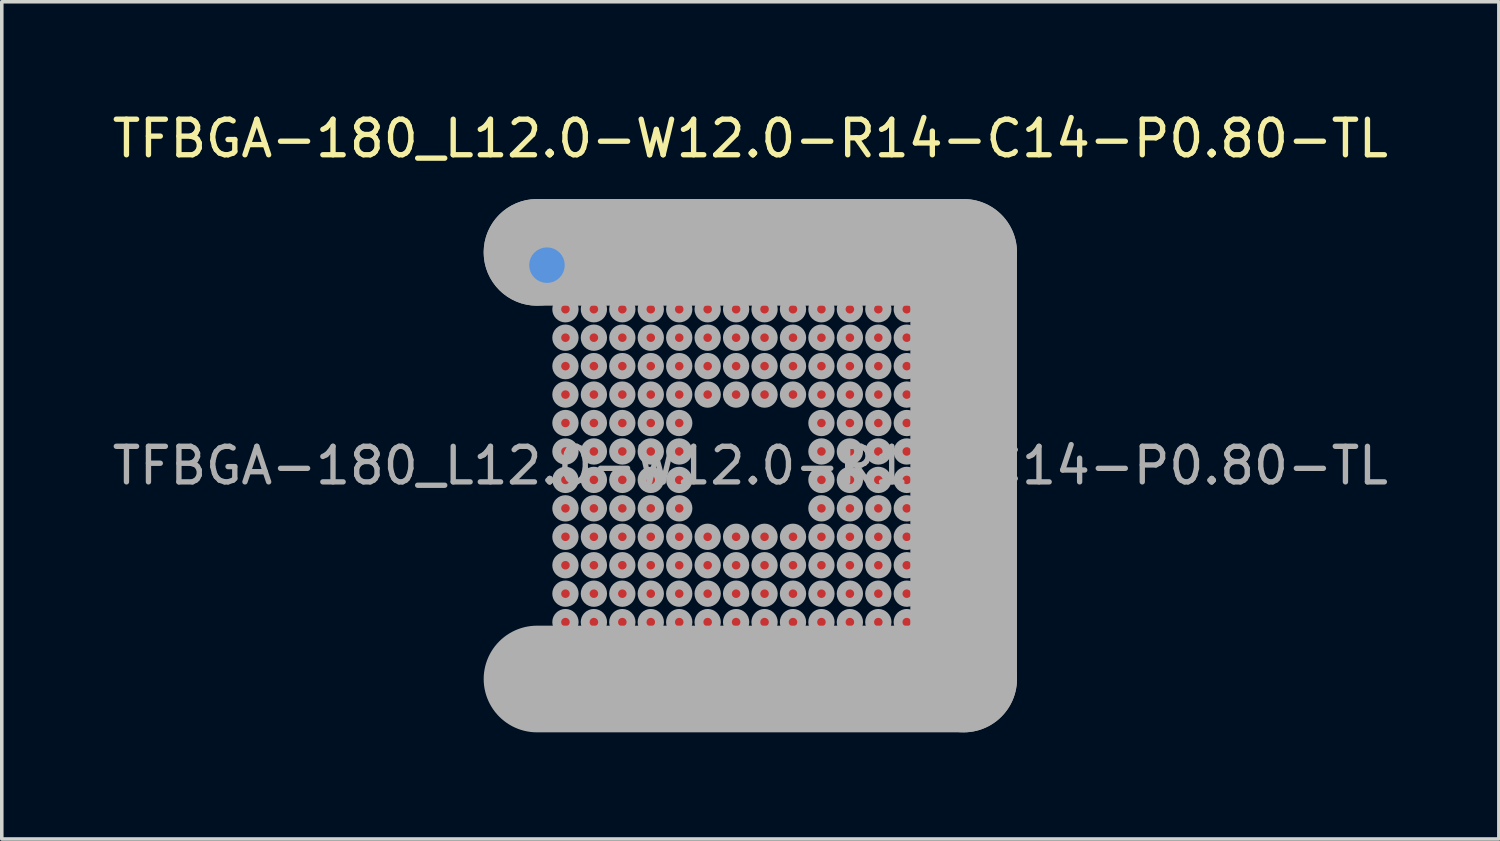
<source format=kicad_pcb>
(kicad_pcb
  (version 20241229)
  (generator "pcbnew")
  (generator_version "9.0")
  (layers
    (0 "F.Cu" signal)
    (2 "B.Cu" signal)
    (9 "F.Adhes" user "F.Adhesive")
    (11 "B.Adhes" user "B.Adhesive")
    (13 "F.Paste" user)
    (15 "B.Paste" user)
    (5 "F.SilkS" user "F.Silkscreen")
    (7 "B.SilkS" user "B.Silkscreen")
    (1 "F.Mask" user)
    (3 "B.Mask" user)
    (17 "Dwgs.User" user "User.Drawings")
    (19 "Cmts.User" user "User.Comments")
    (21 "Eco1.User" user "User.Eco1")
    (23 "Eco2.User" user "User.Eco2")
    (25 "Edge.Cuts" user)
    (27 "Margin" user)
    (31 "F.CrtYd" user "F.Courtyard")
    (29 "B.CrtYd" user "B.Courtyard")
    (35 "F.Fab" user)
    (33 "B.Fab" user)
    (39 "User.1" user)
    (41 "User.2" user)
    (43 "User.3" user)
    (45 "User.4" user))
  (footprint "TFBGA-180_L12.0-W12.0-R14-C14-P0.80-TL"
    (layer "F.Cu")
    (at 18.054 10.048)
    (property "Reference" "TFBGA-180_L12.0-W12.0-R14-C14-P0.80-TL" (at 0 -9.2 0) (layer "F.SilkS") (effects (font (size 1 1) (thickness 0.15))))
    (attr through_hole)
    (fp_circle (center -6.38 -5.64) (end -6.28 -5.64) (stroke (width 0.25) (type solid)) (fill no) (layer "F.SilkS"))
    (fp_circle (center -5.72 -5.64) (end -5.47 -5.64) (stroke (width 0.5) (type solid)) (fill no) (layer "Cmts.User"))
    (fp_line (start -6 -6) (end -6 -6) (stroke (width 3) (type solid)) (layer "F.Fab"))
    (fp_line (start -6 -6) (end 6 -6) (stroke (width 3) (type solid)) (layer "F.Fab"))
    (fp_line (start 6 -6) (end 6 6) (stroke (width 3) (type solid)) (layer "F.Fab"))
    (fp_line (start 6 6) (end -6 6) (stroke (width 3) (type solid)) (layer "F.Fab"))
    (fp_circle (center -6 -6) (end -5.97 -6) (stroke (width 0.06) (type solid)) (fill no) (layer "F.Fab"))
    (fp_circle (center -5.2 -5.2) (end -5.08 -5.2) (stroke (width 0.25) (type solid)) (fill no) (layer "F.Fab"))
    (fp_circle (center -5.2 -4.4) (end -5.08 -4.4) (stroke (width 0.25) (type solid)) (fill no) (layer "F.Fab"))
    (fp_circle (center -5.2 -3.6) (end -5.08 -3.6) (stroke (width 0.25) (type solid)) (fill no) (layer "F.Fab"))
    (fp_circle (center -5.2 -2.8) (end -5.08 -2.8) (stroke (width 0.25) (type solid)) (fill no) (layer "F.Fab"))
    (fp_circle (center -5.2 -2) (end -5.08 -2) (stroke (width 0.25) (type solid)) (fill no) (layer "F.Fab"))
    (fp_circle (center -5.2 -1.2) (end -5.08 -1.2) (stroke (width 0.25) (type solid)) (fill no) (layer "F.Fab"))
    (fp_circle (center -5.2 -0.4) (end -5.08 -0.4) (stroke (width 0.25) (type solid)) (fill no) (layer "F.Fab"))
    (fp_circle (center -5.2 0.4) (end -5.08 0.4) (stroke (width 0.25) (type solid)) (fill no) (layer "F.Fab"))
    (fp_circle (center -5.2 1.2) (end -5.08 1.2) (stroke (width 0.25) (type solid)) (fill no) (layer "F.Fab"))
    (fp_circle (center -5.2 2) (end -5.08 2) (stroke (width 0.25) (type solid)) (fill no) (layer "F.Fab"))
    (fp_circle (center -5.2 2.8) (end -5.08 2.8) (stroke (width 0.25) (type solid)) (fill no) (layer "F.Fab"))
    (fp_circle (center -5.2 3.6) (end -5.08 3.6) (stroke (width 0.25) (type solid)) (fill no) (layer "F.Fab"))
    (fp_circle (center -5.2 4.4) (end -5.08 4.4) (stroke (width 0.25) (type solid)) (fill no) (layer "F.Fab"))
    (fp_circle (center -5.2 5.2) (end -5.08 5.2) (stroke (width 0.25) (type solid)) (fill no) (layer "F.Fab"))
    (fp_circle (center -4.4 -5.2) (end -4.28 -5.2) (stroke (width 0.25) (type solid)) (fill no) (layer "F.Fab"))
    (fp_circle (center -4.4 -4.4) (end -4.28 -4.4) (stroke (width 0.25) (type solid)) (fill no) (layer "F.Fab"))
    (fp_circle (center -4.4 -3.6) (end -4.28 -3.6) (stroke (width 0.25) (type solid)) (fill no) (layer "F.Fab"))
    (fp_circle (center -4.4 -2.8) (end -4.28 -2.8) (stroke (width 0.25) (type solid)) (fill no) (layer "F.Fab"))
    (fp_circle (center -4.4 -2) (end -4.28 -2) (stroke (width 0.25) (type solid)) (fill no) (layer "F.Fab"))
    (fp_circle (center -4.4 -1.2) (end -4.28 -1.2) (stroke (width 0.25) (type solid)) (fill no) (layer "F.Fab"))
    (fp_circle (center -4.4 -0.4) (end -4.28 -0.4) (stroke (width 0.25) (type solid)) (fill no) (layer "F.Fab"))
    (fp_circle (center -4.4 0.4) (end -4.28 0.4) (stroke (width 0.25) (type solid)) (fill no) (layer "F.Fab"))
    (fp_circle (center -4.4 1.2) (end -4.28 1.2) (stroke (width 0.25) (type solid)) (fill no) (layer "F.Fab"))
    (fp_circle (center -4.4 2) (end -4.28 2) (stroke (width 0.25) (type solid)) (fill no) (layer "F.Fab"))
    (fp_circle (center -4.4 2.8) (end -4.28 2.8) (stroke (width 0.25) (type solid)) (fill no) (layer "F.Fab"))
    (fp_circle (center -4.4 3.6) (end -4.28 3.6) (stroke (width 0.25) (type solid)) (fill no) (layer "F.Fab"))
    (fp_circle (center -4.4 4.4) (end -4.28 4.4) (stroke (width 0.25) (type solid)) (fill no) (layer "F.Fab"))
    (fp_circle (center -4.4 5.2) (end -4.28 5.2) (stroke (width 0.25) (type solid)) (fill no) (layer "F.Fab"))
    (fp_circle (center -3.6 -5.2) (end -3.48 -5.2) (stroke (width 0.25) (type solid)) (fill no) (layer "F.Fab"))
    (fp_circle (center -3.6 -4.4) (end -3.48 -4.4) (stroke (width 0.25) (type solid)) (fill no) (layer "F.Fab"))
    (fp_circle (center -3.6 -3.6) (end -3.48 -3.6) (stroke (width 0.25) (type solid)) (fill no) (layer "F.Fab"))
    (fp_circle (center -3.6 -2.8) (end -3.48 -2.8) (stroke (width 0.25) (type solid)) (fill no) (layer "F.Fab"))
    (fp_circle (center -3.6 -2) (end -3.48 -2) (stroke (width 0.25) (type solid)) (fill no) (layer "F.Fab"))
    (fp_circle (center -3.6 -1.2) (end -3.48 -1.2) (stroke (width 0.25) (type solid)) (fill no) (layer "F.Fab"))
    (fp_circle (center -3.6 -0.4) (end -3.48 -0.4) (stroke (width 0.25) (type solid)) (fill no) (layer "F.Fab"))
    (fp_circle (center -3.6 0.4) (end -3.48 0.4) (stroke (width 0.25) (type solid)) (fill no) (layer "F.Fab"))
    (fp_circle (center -3.6 1.2) (end -3.48 1.2) (stroke (width 0.25) (type solid)) (fill no) (layer "F.Fab"))
    (fp_circle (center -3.6 2) (end -3.48 2) (stroke (width 0.25) (type solid)) (fill no) (layer "F.Fab"))
    (fp_circle (center -3.6 2.8) (end -3.48 2.8) (stroke (width 0.25) (type solid)) (fill no) (layer "F.Fab"))
    (fp_circle (center -3.6 3.6) (end -3.48 3.6) (stroke (width 0.25) (type solid)) (fill no) (layer "F.Fab"))
    (fp_circle (center -3.6 4.4) (end -3.48 4.4) (stroke (width 0.25) (type solid)) (fill no) (layer "F.Fab"))
    (fp_circle (center -3.6 5.2) (end -3.48 5.2) (stroke (width 0.25) (type solid)) (fill no) (layer "F.Fab"))
    (fp_circle (center -2.8 -5.2) (end -2.68 -5.2) (stroke (width 0.25) (type solid)) (fill no) (layer "F.Fab"))
    (fp_circle (center -2.8 -4.4) (end -2.68 -4.4) (stroke (width 0.25) (type solid)) (fill no) (layer "F.Fab"))
    (fp_circle (center -2.8 -3.6) (end -2.68 -3.6) (stroke (width 0.25) (type solid)) (fill no) (layer "F.Fab"))
    (fp_circle (center -2.8 -2.8) (end -2.68 -2.8) (stroke (width 0.25) (type solid)) (fill no) (layer "F.Fab"))
    (fp_circle (center -2.8 -2) (end -2.68 -2) (stroke (width 0.25) (type solid)) (fill no) (layer "F.Fab"))
    (fp_circle (center -2.8 -1.2) (end -2.68 -1.2) (stroke (width 0.25) (type solid)) (fill no) (layer "F.Fab"))
    (fp_circle (center -2.8 -0.4) (end -2.68 -0.4) (stroke (width 0.25) (type solid)) (fill no) (layer "F.Fab"))
    (fp_circle (center -2.8 0.4) (end -2.68 0.4) (stroke (width 0.25) (type solid)) (fill no) (layer "F.Fab"))
    (fp_circle (center -2.8 1.2) (end -2.68 1.2) (stroke (width 0.25) (type solid)) (fill no) (layer "F.Fab"))
    (fp_circle (center -2.8 2) (end -2.68 2) (stroke (width 0.25) (type solid)) (fill no) (layer "F.Fab"))
    (fp_circle (center -2.8 2.8) (end -2.68 2.8) (stroke (width 0.25) (type solid)) (fill no) (layer "F.Fab"))
    (fp_circle (center -2.8 3.6) (end -2.68 3.6) (stroke (width 0.25) (type solid)) (fill no) (layer "F.Fab"))
    (fp_circle (center -2.8 4.4) (end -2.68 4.4) (stroke (width 0.25) (type solid)) (fill no) (layer "F.Fab"))
    (fp_circle (center -2.8 5.2) (end -2.68 5.2) (stroke (width 0.25) (type solid)) (fill no) (layer "F.Fab"))
    (fp_circle (center -2 -5.2) (end -1.88 -5.2) (stroke (width 0.25) (type solid)) (fill no) (layer "F.Fab"))
    (fp_circle (center -2 -4.4) (end -1.88 -4.4) (stroke (width 0.25) (type solid)) (fill no) (layer "F.Fab"))
    (fp_circle (center -2 -3.6) (end -1.88 -3.6) (stroke (width 0.25) (type solid)) (fill no) (layer "F.Fab"))
    (fp_circle (center -2 -2.8) (end -1.88 -2.8) (stroke (width 0.25) (type solid)) (fill no) (layer "F.Fab"))
    (fp_circle (center -2 -2) (end -1.88 -2) (stroke (width 0.25) (type solid)) (fill no) (layer "F.Fab"))
    (fp_circle (center -2 -1.2) (end -1.88 -1.2) (stroke (width 0.25) (type solid)) (fill no) (layer "F.Fab"))
    (fp_circle (center -2 -0.4) (end -1.88 -0.4) (stroke (width 0.25) (type solid)) (fill no) (layer "F.Fab"))
    (fp_circle (center -2 0.4) (end -1.88 0.4) (stroke (width 0.25) (type solid)) (fill no) (layer "F.Fab"))
    (fp_circle (center -2 1.2) (end -1.88 1.2) (stroke (width 0.25) (type solid)) (fill no) (layer "F.Fab"))
    (fp_circle (center -2 2) (end -1.88 2) (stroke (width 0.25) (type solid)) (fill no) (layer "F.Fab"))
    (fp_circle (center -2 2.8) (end -1.88 2.8) (stroke (width 0.25) (type solid)) (fill no) (layer "F.Fab"))
    (fp_circle (center -2 3.6) (end -1.88 3.6) (stroke (width 0.25) (type solid)) (fill no) (layer "F.Fab"))
    (fp_circle (center -2 4.4) (end -1.88 4.4) (stroke (width 0.25) (type solid)) (fill no) (layer "F.Fab"))
    (fp_circle (center -2 5.2) (end -1.88 5.2) (stroke (width 0.25) (type solid)) (fill no) (layer "F.Fab"))
    (fp_circle (center -1.2 -5.2) (end -1.08 -5.2) (stroke (width 0.25) (type solid)) (fill no) (layer "F.Fab"))
    (fp_circle (center -1.2 -4.4) (end -1.08 -4.4) (stroke (width 0.25) (type solid)) (fill no) (layer "F.Fab"))
    (fp_circle (center -1.2 -3.6) (end -1.08 -3.6) (stroke (width 0.25) (type solid)) (fill no) (layer "F.Fab"))
    (fp_circle (center -1.2 -2.8) (end -1.08 -2.8) (stroke (width 0.25) (type solid)) (fill no) (layer "F.Fab"))
    (fp_circle (center -1.2 -2) (end -1.08 -2) (stroke (width 0.25) (type solid)) (fill no) (layer "F.Fab"))
    (fp_circle (center -1.2 2) (end -1.08 2) (stroke (width 0.25) (type solid)) (fill no) (layer "F.Fab"))
    (fp_circle (center -1.2 2.8) (end -1.08 2.8) (stroke (width 0.25) (type solid)) (fill no) (layer "F.Fab"))
    (fp_circle (center -1.2 3.6) (end -1.08 3.6) (stroke (width 0.25) (type solid)) (fill no) (layer "F.Fab"))
    (fp_circle (center -1.2 4.4) (end -1.08 4.4) (stroke (width 0.25) (type solid)) (fill no) (layer "F.Fab"))
    (fp_circle (center -1.2 5.2) (end -1.08 5.2) (stroke (width 0.25) (type solid)) (fill no) (layer "F.Fab"))
    (fp_circle (center -0.4 -5.2) (end -0.28 -5.2) (stroke (width 0.25) (type solid)) (fill no) (layer "F.Fab"))
    (fp_circle (center -0.4 -4.4) (end -0.28 -4.4) (stroke (width 0.25) (type solid)) (fill no) (layer "F.Fab"))
    (fp_circle (center -0.4 -3.6) (end -0.28 -3.6) (stroke (width 0.25) (type solid)) (fill no) (layer "F.Fab"))
    (fp_circle (center -0.4 -2.8) (end -0.28 -2.8) (stroke (width 0.25) (type solid)) (fill no) (layer "F.Fab"))
    (fp_circle (center -0.4 -2) (end -0.28 -2) (stroke (width 0.25) (type solid)) (fill no) (layer "F.Fab"))
    (fp_circle (center -0.4 2) (end -0.28 2) (stroke (width 0.25) (type solid)) (fill no) (layer "F.Fab"))
    (fp_circle (center -0.4 2.8) (end -0.28 2.8) (stroke (width 0.25) (type solid)) (fill no) (layer "F.Fab"))
    (fp_circle (center -0.4 3.6) (end -0.28 3.6) (stroke (width 0.25) (type solid)) (fill no) (layer "F.Fab"))
    (fp_circle (center -0.4 4.4) (end -0.28 4.4) (stroke (width 0.25) (type solid)) (fill no) (layer "F.Fab"))
    (fp_circle (center -0.4 5.2) (end -0.28 5.2) (stroke (width 0.25) (type solid)) (fill no) (layer "F.Fab"))
    (fp_circle (center 0.4 -5.2) (end 0.52 -5.2) (stroke (width 0.25) (type solid)) (fill no) (layer "F.Fab"))
    (fp_circle (center 0.4 -4.4) (end 0.52 -4.4) (stroke (width 0.25) (type solid)) (fill no) (layer "F.Fab"))
    (fp_circle (center 0.4 -3.6) (end 0.52 -3.6) (stroke (width 0.25) (type solid)) (fill no) (layer "F.Fab"))
    (fp_circle (center 0.4 -2.8) (end 0.52 -2.8) (stroke (width 0.25) (type solid)) (fill no) (layer "F.Fab"))
    (fp_circle (center 0.4 -2) (end 0.52 -2) (stroke (width 0.25) (type solid)) (fill no) (layer "F.Fab"))
    (fp_circle (center 0.4 2) (end 0.52 2) (stroke (width 0.25) (type solid)) (fill no) (layer "F.Fab"))
    (fp_circle (center 0.4 2.8) (end 0.52 2.8) (stroke (width 0.25) (type solid)) (fill no) (layer "F.Fab"))
    (fp_circle (center 0.4 3.6) (end 0.52 3.6) (stroke (width 0.25) (type solid)) (fill no) (layer "F.Fab"))
    (fp_circle (center 0.4 4.4) (end 0.52 4.4) (stroke (width 0.25) (type solid)) (fill no) (layer "F.Fab"))
    (fp_circle (center 0.4 5.2) (end 0.52 5.2) (stroke (width 0.25) (type solid)) (fill no) (layer "F.Fab"))
    (fp_circle (center 1.2 -5.2) (end 1.32 -5.2) (stroke (width 0.25) (type solid)) (fill no) (layer "F.Fab"))
    (fp_circle (center 1.2 -4.4) (end 1.32 -4.4) (stroke (width 0.25) (type solid)) (fill no) (layer "F.Fab"))
    (fp_circle (center 1.2 -3.6) (end 1.32 -3.6) (stroke (width 0.25) (type solid)) (fill no) (layer "F.Fab"))
    (fp_circle (center 1.2 -2.8) (end 1.32 -2.8) (stroke (width 0.25) (type solid)) (fill no) (layer "F.Fab"))
    (fp_circle (center 1.2 -2) (end 1.32 -2) (stroke (width 0.25) (type solid)) (fill no) (layer "F.Fab"))
    (fp_circle (center 1.2 2) (end 1.32 2) (stroke (width 0.25) (type solid)) (fill no) (layer "F.Fab"))
    (fp_circle (center 1.2 2.8) (end 1.32 2.8) (stroke (width 0.25) (type solid)) (fill no) (layer "F.Fab"))
    (fp_circle (center 1.2 3.6) (end 1.32 3.6) (stroke (width 0.25) (type solid)) (fill no) (layer "F.Fab"))
    (fp_circle (center 1.2 4.4) (end 1.32 4.4) (stroke (width 0.25) (type solid)) (fill no) (layer "F.Fab"))
    (fp_circle (center 1.2 5.2) (end 1.32 5.2) (stroke (width 0.25) (type solid)) (fill no) (layer "F.Fab"))
    (fp_circle (center 2 -5.2) (end 2.12 -5.2) (stroke (width 0.25) (type solid)) (fill no) (layer "F.Fab"))
    (fp_circle (center 2 -4.4) (end 2.12 -4.4) (stroke (width 0.25) (type solid)) (fill no) (layer "F.Fab"))
    (fp_circle (center 2 -3.6) (end 2.12 -3.6) (stroke (width 0.25) (type solid)) (fill no) (layer "F.Fab"))
    (fp_circle (center 2 -2.8) (end 2.12 -2.8) (stroke (width 0.25) (type solid)) (fill no) (layer "F.Fab"))
    (fp_circle (center 2 -2) (end 2.12 -2) (stroke (width 0.25) (type solid)) (fill no) (layer "F.Fab"))
    (fp_circle (center 2 -1.2) (end 2.12 -1.2) (stroke (width 0.25) (type solid)) (fill no) (layer "F.Fab"))
    (fp_circle (center 2 -0.4) (end 2.12 -0.4) (stroke (width 0.25) (type solid)) (fill no) (layer "F.Fab"))
    (fp_circle (center 2 0.4) (end 2.12 0.4) (stroke (width 0.25) (type solid)) (fill no) (layer "F.Fab"))
    (fp_circle (center 2 1.2) (end 2.12 1.2) (stroke (width 0.25) (type solid)) (fill no) (layer "F.Fab"))
    (fp_circle (center 2 2) (end 2.12 2) (stroke (width 0.25) (type solid)) (fill no) (layer "F.Fab"))
    (fp_circle (center 2 2.8) (end 2.12 2.8) (stroke (width 0.25) (type solid)) (fill no) (layer "F.Fab"))
    (fp_circle (center 2 3.6) (end 2.12 3.6) (stroke (width 0.25) (type solid)) (fill no) (layer "F.Fab"))
    (fp_circle (center 2 4.4) (end 2.12 4.4) (stroke (width 0.25) (type solid)) (fill no) (layer "F.Fab"))
    (fp_circle (center 2 5.2) (end 2.12 5.2) (stroke (width 0.25) (type solid)) (fill no) (layer "F.Fab"))
    (fp_circle (center 2.8 -5.2) (end 2.92 -5.2) (stroke (width 0.25) (type solid)) (fill no) (layer "F.Fab"))
    (fp_circle (center 2.8 -4.4) (end 2.92 -4.4) (stroke (width 0.25) (type solid)) (fill no) (layer "F.Fab"))
    (fp_circle (center 2.8 -3.6) (end 2.92 -3.6) (stroke (width 0.25) (type solid)) (fill no) (layer "F.Fab"))
    (fp_circle (center 2.8 -2.8) (end 2.92 -2.8) (stroke (width 0.25) (type solid)) (fill no) (layer "F.Fab"))
    (fp_circle (center 2.8 -2) (end 2.92 -2) (stroke (width 0.25) (type solid)) (fill no) (layer "F.Fab"))
    (fp_circle (center 2.8 -1.2) (end 2.92 -1.2) (stroke (width 0.25) (type solid)) (fill no) (layer "F.Fab"))
    (fp_circle (center 2.8 -0.4) (end 2.92 -0.4) (stroke (width 0.25) (type solid)) (fill no) (layer "F.Fab"))
    (fp_circle (center 2.8 0.4) (end 2.92 0.4) (stroke (width 0.25) (type solid)) (fill no) (layer "F.Fab"))
    (fp_circle (center 2.8 1.2) (end 2.92 1.2) (stroke (width 0.25) (type solid)) (fill no) (layer "F.Fab"))
    (fp_circle (center 2.8 2) (end 2.92 2) (stroke (width 0.25) (type solid)) (fill no) (layer "F.Fab"))
    (fp_circle (center 2.8 2.8) (end 2.92 2.8) (stroke (width 0.25) (type solid)) (fill no) (layer "F.Fab"))
    (fp_circle (center 2.8 3.6) (end 2.92 3.6) (stroke (width 0.25) (type solid)) (fill no) (layer "F.Fab"))
    (fp_circle (center 2.8 4.4) (end 2.92 4.4) (stroke (width 0.25) (type solid)) (fill no) (layer "F.Fab"))
    (fp_circle (center 2.8 5.2) (end 2.92 5.2) (stroke (width 0.25) (type solid)) (fill no) (layer "F.Fab"))
    (fp_circle (center 3.6 -5.2) (end 3.72 -5.2) (stroke (width 0.25) (type solid)) (fill no) (layer "F.Fab"))
    (fp_circle (center 3.6 -4.4) (end 3.72 -4.4) (stroke (width 0.25) (type solid)) (fill no) (layer "F.Fab"))
    (fp_circle (center 3.6 -3.6) (end 3.72 -3.6) (stroke (width 0.25) (type solid)) (fill no) (layer "F.Fab"))
    (fp_circle (center 3.6 -2.8) (end 3.72 -2.8) (stroke (width 0.25) (type solid)) (fill no) (layer "F.Fab"))
    (fp_circle (center 3.6 -2) (end 3.72 -2) (stroke (width 0.25) (type solid)) (fill no) (layer "F.Fab"))
    (fp_circle (center 3.6 -1.2) (end 3.72 -1.2) (stroke (width 0.25) (type solid)) (fill no) (layer "F.Fab"))
    (fp_circle (center 3.6 -0.4) (end 3.72 -0.4) (stroke (width 0.25) (type solid)) (fill no) (layer "F.Fab"))
    (fp_circle (center 3.6 0.4) (end 3.72 0.4) (stroke (width 0.25) (type solid)) (fill no) (layer "F.Fab"))
    (fp_circle (center 3.6 1.2) (end 3.72 1.2) (stroke (width 0.25) (type solid)) (fill no) (layer "F.Fab"))
    (fp_circle (center 3.6 2) (end 3.72 2) (stroke (width 0.25) (type solid)) (fill no) (layer "F.Fab"))
    (fp_circle (center 3.6 2.8) (end 3.72 2.8) (stroke (width 0.25) (type solid)) (fill no) (layer "F.Fab"))
    (fp_circle (center 3.6 3.6) (end 3.72 3.6) (stroke (width 0.25) (type solid)) (fill no) (layer "F.Fab"))
    (fp_circle (center 3.6 4.4) (end 3.72 4.4) (stroke (width 0.25) (type solid)) (fill no) (layer "F.Fab"))
    (fp_circle (center 3.6 5.2) (end 3.72 5.2) (stroke (width 0.25) (type solid)) (fill no) (layer "F.Fab"))
    (fp_circle (center 4.4 -5.2) (end 4.52 -5.2) (stroke (width 0.25) (type solid)) (fill no) (layer "F.Fab"))
    (fp_circle (center 4.4 -4.4) (end 4.52 -4.4) (stroke (width 0.25) (type solid)) (fill no) (layer "F.Fab"))
    (fp_circle (center 4.4 -3.6) (end 4.52 -3.6) (stroke (width 0.25) (type solid)) (fill no) (layer "F.Fab"))
    (fp_circle (center 4.4 -2.8) (end 4.52 -2.8) (stroke (width 0.25) (type solid)) (fill no) (layer "F.Fab"))
    (fp_circle (center 4.4 -2) (end 4.52 -2) (stroke (width 0.25) (type solid)) (fill no) (layer "F.Fab"))
    (fp_circle (center 4.4 -1.2) (end 4.52 -1.2) (stroke (width 0.25) (type solid)) (fill no) (layer "F.Fab"))
    (fp_circle (center 4.4 -0.4) (end 4.52 -0.4) (stroke (width 0.25) (type solid)) (fill no) (layer "F.Fab"))
    (fp_circle (center 4.4 0.4) (end 4.52 0.4) (stroke (width 0.25) (type solid)) (fill no) (layer "F.Fab"))
    (fp_circle (center 4.4 1.2) (end 4.52 1.2) (stroke (width 0.25) (type solid)) (fill no) (layer "F.Fab"))
    (fp_circle (center 4.4 2) (end 4.52 2) (stroke (width 0.25) (type solid)) (fill no) (layer "F.Fab"))
    (fp_circle (center 4.4 2.8) (end 4.52 2.8) (stroke (width 0.25) (type solid)) (fill no) (layer "F.Fab"))
    (fp_circle (center 4.4 3.6) (end 4.52 3.6) (stroke (width 0.25) (type solid)) (fill no) (layer "F.Fab"))
    (fp_circle (center 4.4 4.4) (end 4.52 4.4) (stroke (width 0.25) (type solid)) (fill no) (layer "F.Fab"))
    (fp_circle (center 4.4 5.2) (end 4.52 5.2) (stroke (width 0.25) (type solid)) (fill no) (layer "F.Fab"))
    (fp_circle (center 5.2 -5.2) (end 5.32 -5.2) (stroke (width 0.25) (type solid)) (fill no) (layer "F.Fab"))
    (fp_circle (center 5.2 -4.4) (end 5.32 -4.4) (stroke (width 0.25) (type solid)) (fill no) (layer "F.Fab"))
    (fp_circle (center 5.2 -3.6) (end 5.32 -3.6) (stroke (width 0.25) (type solid)) (fill no) (layer "F.Fab"))
    (fp_circle (center 5.2 -2.8) (end 5.32 -2.8) (stroke (width 0.25) (type solid)) (fill no) (layer "F.Fab"))
    (fp_circle (center 5.2 -2) (end 5.32 -2) (stroke (width 0.25) (type solid)) (fill no) (layer "F.Fab"))
    (fp_circle (center 5.2 -1.2) (end 5.32 -1.2) (stroke (width 0.25) (type solid)) (fill no) (layer "F.Fab"))
    (fp_circle (center 5.2 -0.4) (end 5.32 -0.4) (stroke (width 0.25) (type solid)) (fill no) (layer "F.Fab"))
    (fp_circle (center 5.2 0.4) (end 5.32 0.4) (stroke (width 0.25) (type solid)) (fill no) (layer "F.Fab"))
    (fp_circle (center 5.2 1.2) (end 5.32 1.2) (stroke (width 0.25) (type solid)) (fill no) (layer "F.Fab"))
    (fp_circle (center 5.2 2) (end 5.32 2) (stroke (width 0.25) (type solid)) (fill no) (layer "F.Fab"))
    (fp_circle (center 5.2 2.8) (end 5.32 2.8) (stroke (width 0.25) (type solid)) (fill no) (layer "F.Fab"))
    (fp_circle (center 5.2 3.6) (end 5.32 3.6) (stroke (width 0.25) (type solid)) (fill no) (layer "F.Fab"))
    (fp_circle (center 5.2 4.4) (end 5.32 4.4) (stroke (width 0.25) (type solid)) (fill no) (layer "F.Fab"))
    (fp_circle (center 5.2 5.2) (end 5.32 5.2) (stroke (width 0.25) (type solid)) (fill no) (layer "F.Fab"))
    (fp_text user "${REFERENCE}" (at 0 0 0) (layer "F.Fab") (effects (font (size 1 1) (thickness 0.15))))
    (pad "A1" smd circle (at -5.2 -5.2) (size 0.5 0.5) (layers "F.Cu" "F.Mask" "F.Paste"))
    (pad "A2" smd circle (at -4.4 -5.2) (size 0.5 0.5) (layers "F.Cu" "F.Mask" "F.Paste"))
    (pad "A3" smd circle (at -3.6 -5.2) (size 0.5 0.5) (layers "F.Cu" "F.Mask" "F.Paste"))
    (pad "A4" smd circle (at -2.8 -5.2) (size 0.5 0.5) (layers "F.Cu" "F.Mask" "F.Paste"))
    (pad "A5" smd circle (at -2 -5.2) (size 0.5 0.5) (layers "F.Cu" "F.Mask" "F.Paste"))
    (pad "A6" smd circle (at -1.2 -5.2) (size 0.5 0.5) (layers "F.Cu" "F.Mask" "F.Paste"))
    (pad "A7" smd circle (at -0.4 -5.2) (size 0.5 0.5) (layers "F.Cu" "F.Mask" "F.Paste"))
    (pad "A8" smd circle (at 0.4 -5.2) (size 0.5 0.5) (layers "F.Cu" "F.Mask" "F.Paste"))
    (pad "A9" smd circle (at 1.2 -5.2) (size 0.5 0.5) (layers "F.Cu" "F.Mask" "F.Paste"))
    (pad "A10" smd circle (at 2 -5.2) (size 0.5 0.5) (layers "F.Cu" "F.Mask" "F.Paste"))
    (pad "A11" smd circle (at 2.8 -5.2) (size 0.5 0.5) (layers "F.Cu" "F.Mask" "F.Paste"))
    (pad "A12" smd circle (at 3.6 -5.2) (size 0.5 0.5) (layers "F.Cu" "F.Mask" "F.Paste"))
    (pad "A13" smd circle (at 4.4 -5.2) (size 0.5 0.5) (layers "F.Cu" "F.Mask" "F.Paste"))
    (pad "A14" smd circle (at 5.2 -5.2) (size 0.5 0.5) (layers "F.Cu" "F.Mask" "F.Paste"))
    (pad "B1" smd circle (at -5.2 -4.4) (size 0.5 0.5) (layers "F.Cu" "F.Mask" "F.Paste"))
    (pad "B2" smd circle (at -4.4 -4.4) (size 0.5 0.5) (layers "F.Cu" "F.Mask" "F.Paste"))
    (pad "B3" smd circle (at -3.6 -4.4) (size 0.5 0.5) (layers "F.Cu" "F.Mask" "F.Paste"))
    (pad "B4" smd circle (at -2.8 -4.4) (size 0.5 0.5) (layers "F.Cu" "F.Mask" "F.Paste"))
    (pad "B5" smd circle (at -2 -4.4) (size 0.5 0.5) (layers "F.Cu" "F.Mask" "F.Paste"))
    (pad "B6" smd circle (at -1.2 -4.4) (size 0.5 0.5) (layers "F.Cu" "F.Mask" "F.Paste"))
    (pad "B7" smd circle (at -0.4 -4.4) (size 0.5 0.5) (layers "F.Cu" "F.Mask" "F.Paste"))
    (pad "B8" smd circle (at 0.4 -4.4) (size 0.5 0.5) (layers "F.Cu" "F.Mask" "F.Paste"))
    (pad "B9" smd circle (at 1.2 -4.4) (size 0.5 0.5) (layers "F.Cu" "F.Mask" "F.Paste"))
    (pad "B10" smd circle (at 2 -4.4) (size 0.5 0.5) (layers "F.Cu" "F.Mask" "F.Paste"))
    (pad "B11" smd circle (at 2.8 -4.4) (size 0.5 0.5) (layers "F.Cu" "F.Mask" "F.Paste"))
    (pad "B12" smd circle (at 3.6 -4.4) (size 0.5 0.5) (layers "F.Cu" "F.Mask" "F.Paste"))
    (pad "B13" smd circle (at 4.4 -4.4) (size 0.5 0.5) (layers "F.Cu" "F.Mask" "F.Paste"))
    (pad "B14" smd circle (at 5.2 -4.4) (size 0.5 0.5) (layers "F.Cu" "F.Mask" "F.Paste"))
    (pad "C1" smd circle (at -5.2 -3.6) (size 0.5 0.5) (layers "F.Cu" "F.Mask" "F.Paste"))
    (pad "C2" smd circle (at -4.4 -3.6) (size 0.5 0.5) (layers "F.Cu" "F.Mask" "F.Paste"))
    (pad "C3" smd circle (at -3.6 -3.6) (size 0.5 0.5) (layers "F.Cu" "F.Mask" "F.Paste"))
    (pad "C4" smd circle (at -2.8 -3.6) (size 0.5 0.5) (layers "F.Cu" "F.Mask" "F.Paste"))
    (pad "C5" smd circle (at -2 -3.6) (size 0.5 0.5) (layers "F.Cu" "F.Mask" "F.Paste"))
    (pad "C6" smd circle (at -1.2 -3.6) (size 0.5 0.5) (layers "F.Cu" "F.Mask" "F.Paste"))
    (pad "C7" smd circle (at -0.4 -3.6) (size 0.5 0.5) (layers "F.Cu" "F.Mask" "F.Paste"))
    (pad "C8" smd circle (at 0.4 -3.6) (size 0.5 0.5) (layers "F.Cu" "F.Mask" "F.Paste"))
    (pad "C9" smd circle (at 1.2 -3.6) (size 0.5 0.5) (layers "F.Cu" "F.Mask" "F.Paste"))
    (pad "C10" smd circle (at 2 -3.6) (size 0.5 0.5) (layers "F.Cu" "F.Mask" "F.Paste"))
    (pad "C11" smd circle (at 2.8 -3.6) (size 0.5 0.5) (layers "F.Cu" "F.Mask" "F.Paste"))
    (pad "C12" smd circle (at 3.6 -3.6) (size 0.5 0.5) (layers "F.Cu" "F.Mask" "F.Paste"))
    (pad "C13" smd circle (at 4.4 -3.6) (size 0.5 0.5) (layers "F.Cu" "F.Mask" "F.Paste"))
    (pad "C14" smd circle (at 5.2 -3.6) (size 0.5 0.5) (layers "F.Cu" "F.Mask" "F.Paste"))
    (pad "D1" smd circle (at -5.2 -2.8) (size 0.5 0.5) (layers "F.Cu" "F.Mask" "F.Paste"))
    (pad "D2" smd circle (at -4.4 -2.8) (size 0.5 0.5) (layers "F.Cu" "F.Mask" "F.Paste"))
    (pad "D3" smd circle (at -3.6 -2.8) (size 0.5 0.5) (layers "F.Cu" "F.Mask" "F.Paste"))
    (pad "D4" smd circle (at -2.8 -2.8) (size 0.5 0.5) (layers "F.Cu" "F.Mask" "F.Paste"))
    (pad "D5" smd circle (at -2 -2.8) (size 0.5 0.5) (layers "F.Cu" "F.Mask" "F.Paste"))
    (pad "D6" smd circle (at -1.2 -2.8) (size 0.5 0.5) (layers "F.Cu" "F.Mask" "F.Paste"))
    (pad "D7" smd circle (at -0.4 -2.8) (size 0.5 0.5) (layers "F.Cu" "F.Mask" "F.Paste"))
    (pad "D8" smd circle (at 0.4 -2.8) (size 0.5 0.5) (layers "F.Cu" "F.Mask" "F.Paste"))
    (pad "D9" smd circle (at 1.2 -2.8) (size 0.5 0.5) (layers "F.Cu" "F.Mask" "F.Paste"))
    (pad "D10" smd circle (at 2 -2.8) (size 0.5 0.5) (layers "F.Cu" "F.Mask" "F.Paste"))
    (pad "D11" smd circle (at 2.8 -2.8) (size 0.5 0.5) (layers "F.Cu" "F.Mask" "F.Paste"))
    (pad "D12" smd circle (at 3.6 -2.8) (size 0.5 0.5) (layers "F.Cu" "F.Mask" "F.Paste"))
    (pad "D13" smd circle (at 4.4 -2.8) (size 0.5 0.5) (layers "F.Cu" "F.Mask" "F.Paste"))
    (pad "D14" smd circle (at 5.2 -2.8) (size 0.5 0.5) (layers "F.Cu" "F.Mask" "F.Paste"))
    (pad "E1" smd circle (at -5.2 -2) (size 0.5 0.5) (layers "F.Cu" "F.Mask" "F.Paste"))
    (pad "E2" smd circle (at -4.4 -2) (size 0.5 0.5) (layers "F.Cu" "F.Mask" "F.Paste"))
    (pad "E3" smd circle (at -3.6 -2) (size 0.5 0.5) (layers "F.Cu" "F.Mask" "F.Paste"))
    (pad "E4" smd circle (at -2.8 -2) (size 0.5 0.5) (layers "F.Cu" "F.Mask" "F.Paste"))
    (pad "E5" smd circle (at -2 -2) (size 0.5 0.5) (layers "F.Cu" "F.Mask" "F.Paste"))
    (pad "E6" smd circle (at -1.2 -2) (size 0.5 0.5) (layers "F.Cu" "F.Mask" "F.Paste"))
    (pad "E7" smd circle (at -0.4 -2) (size 0.5 0.5) (layers "F.Cu" "F.Mask" "F.Paste"))
    (pad "E8" smd circle (at 0.4 -2) (size 0.5 0.5) (layers "F.Cu" "F.Mask" "F.Paste"))
    (pad "E9" smd circle (at 1.2 -2) (size 0.5 0.5) (layers "F.Cu" "F.Mask" "F.Paste"))
    (pad "E10" smd circle (at 2 -2) (size 0.5 0.5) (layers "F.Cu" "F.Mask" "F.Paste"))
    (pad "E11" smd circle (at 2.8 -2) (size 0.5 0.5) (layers "F.Cu" "F.Mask" "F.Paste"))
    (pad "E12" smd circle (at 3.6 -2) (size 0.5 0.5) (layers "F.Cu" "F.Mask" "F.Paste"))
    (pad "E13" smd circle (at 4.4 -2) (size 0.5 0.5) (layers "F.Cu" "F.Mask" "F.Paste"))
    (pad "E14" smd circle (at 5.2 -2) (size 0.5 0.5) (layers "F.Cu" "F.Mask" "F.Paste"))
    (pad "F1" smd circle (at -5.2 -1.2) (size 0.5 0.5) (layers "F.Cu" "F.Mask" "F.Paste"))
    (pad "F2" smd circle (at -4.4 -1.2) (size 0.5 0.5) (layers "F.Cu" "F.Mask" "F.Paste"))
    (pad "F3" smd circle (at -3.6 -1.2) (size 0.5 0.5) (layers "F.Cu" "F.Mask" "F.Paste"))
    (pad "F4" smd circle (at -2.8 -1.2) (size 0.5 0.5) (layers "F.Cu" "F.Mask" "F.Paste"))
    (pad "F5" smd circle (at -2 -1.2) (size 0.5 0.5) (layers "F.Cu" "F.Mask" "F.Paste"))
    (pad "F10" smd circle (at 2 -1.2) (size 0.5 0.5) (layers "F.Cu" "F.Mask" "F.Paste"))
    (pad "F11" smd circle (at 2.8 -1.2) (size 0.5 0.5) (layers "F.Cu" "F.Mask" "F.Paste"))
    (pad "F12" smd circle (at 3.6 -1.2) (size 0.5 0.5) (layers "F.Cu" "F.Mask" "F.Paste"))
    (pad "F13" smd circle (at 4.4 -1.2) (size 0.5 0.5) (layers "F.Cu" "F.Mask" "F.Paste"))
    (pad "F14" smd circle (at 5.2 -1.2) (size 0.5 0.5) (layers "F.Cu" "F.Mask" "F.Paste"))
    (pad "G1" smd circle (at -5.2 -0.4) (size 0.5 0.5) (layers "F.Cu" "F.Mask" "F.Paste"))
    (pad "G2" smd circle (at -4.4 -0.4) (size 0.5 0.5) (layers "F.Cu" "F.Mask" "F.Paste"))
    (pad "G3" smd circle (at -3.6 -0.4) (size 0.5 0.5) (layers "F.Cu" "F.Mask" "F.Paste"))
    (pad "G4" smd circle (at -2.8 -0.4) (size 0.5 0.5) (layers "F.Cu" "F.Mask" "F.Paste"))
    (pad "G5" smd circle (at -2 -0.4) (size 0.5 0.5) (layers "F.Cu" "F.Mask" "F.Paste"))
    (pad "G10" smd circle (at 2 -0.4) (size 0.5 0.5) (layers "F.Cu" "F.Mask" "F.Paste"))
    (pad "G11" smd circle (at 2.8 -0.4) (size 0.5 0.5) (layers "F.Cu" "F.Mask" "F.Paste"))
    (pad "G12" smd circle (at 3.6 -0.4) (size 0.5 0.5) (layers "F.Cu" "F.Mask" "F.Paste"))
    (pad "G13" smd circle (at 4.4 -0.4) (size 0.5 0.5) (layers "F.Cu" "F.Mask" "F.Paste"))
    (pad "G14" smd circle (at 5.2 -0.4) (size 0.5 0.5) (layers "F.Cu" "F.Mask" "F.Paste"))
    (pad "H1" smd circle (at -5.2 0.4) (size 0.5 0.5) (layers "F.Cu" "F.Mask" "F.Paste"))
    (pad "H2" smd circle (at -4.4 0.4) (size 0.5 0.5) (layers "F.Cu" "F.Mask" "F.Paste"))
    (pad "H3" smd circle (at -3.6 0.4) (size 0.5 0.5) (layers "F.Cu" "F.Mask" "F.Paste"))
    (pad "H4" smd circle (at -2.8 0.4) (size 0.5 0.5) (layers "F.Cu" "F.Mask" "F.Paste"))
    (pad "H5" smd circle (at -2 0.4) (size 0.5 0.5) (layers "F.Cu" "F.Mask" "F.Paste"))
    (pad "H10" smd circle (at 2 0.4) (size 0.5 0.5) (layers "F.Cu" "F.Mask" "F.Paste"))
    (pad "H11" smd circle (at 2.8 0.4) (size 0.5 0.5) (layers "F.Cu" "F.Mask" "F.Paste"))
    (pad "H12" smd circle (at 3.6 0.4) (size 0.5 0.5) (layers "F.Cu" "F.Mask" "F.Paste"))
    (pad "H13" smd circle (at 4.4 0.4) (size 0.5 0.5) (layers "F.Cu" "F.Mask" "F.Paste"))
    (pad "H14" smd circle (at 5.2 0.4) (size 0.5 0.5) (layers "F.Cu" "F.Mask" "F.Paste"))
    (pad "J1" smd circle (at -5.2 1.2) (size 0.5 0.5) (layers "F.Cu" "F.Mask" "F.Paste"))
    (pad "J2" smd circle (at -4.4 1.2) (size 0.5 0.5) (layers "F.Cu" "F.Mask" "F.Paste"))
    (pad "J3" smd circle (at -3.6 1.2) (size 0.5 0.5) (layers "F.Cu" "F.Mask" "F.Paste"))
    (pad "J4" smd circle (at -2.8 1.2) (size 0.5 0.5) (layers "F.Cu" "F.Mask" "F.Paste"))
    (pad "J5" smd circle (at -2 1.2) (size 0.5 0.5) (layers "F.Cu" "F.Mask" "F.Paste"))
    (pad "J10" smd circle (at 2 1.2) (size 0.5 0.5) (layers "F.Cu" "F.Mask" "F.Paste"))
    (pad "J11" smd circle (at 2.8 1.2) (size 0.5 0.5) (layers "F.Cu" "F.Mask" "F.Paste"))
    (pad "J12" smd circle (at 3.6 1.2) (size 0.5 0.5) (layers "F.Cu" "F.Mask" "F.Paste"))
    (pad "J13" smd circle (at 4.4 1.2) (size 0.5 0.5) (layers "F.Cu" "F.Mask" "F.Paste"))
    (pad "J14" smd circle (at 5.2 1.2) (size 0.5 0.5) (layers "F.Cu" "F.Mask" "F.Paste"))
    (pad "K1" smd circle (at -5.2 2) (size 0.5 0.5) (layers "F.Cu" "F.Mask" "F.Paste"))
    (pad "K2" smd circle (at -4.4 2) (size 0.5 0.5) (layers "F.Cu" "F.Mask" "F.Paste"))
    (pad "K3" smd circle (at -3.6 2) (size 0.5 0.5) (layers "F.Cu" "F.Mask" "F.Paste"))
    (pad "K4" smd circle (at -2.8 2) (size 0.5 0.5) (layers "F.Cu" "F.Mask" "F.Paste"))
    (pad "K5" smd circle (at -2 2) (size 0.5 0.5) (layers "F.Cu" "F.Mask" "F.Paste"))
    (pad "K6" smd circle (at -1.2 2) (size 0.5 0.5) (layers "F.Cu" "F.Mask" "F.Paste"))
    (pad "K7" smd circle (at -0.4 2) (size 0.5 0.5) (layers "F.Cu" "F.Mask" "F.Paste"))
    (pad "K8" smd circle (at 0.4 2) (size 0.5 0.5) (layers "F.Cu" "F.Mask" "F.Paste"))
    (pad "K9" smd circle (at 1.2 2) (size 0.5 0.5) (layers "F.Cu" "F.Mask" "F.Paste"))
    (pad "K10" smd circle (at 2 2) (size 0.5 0.5) (layers "F.Cu" "F.Mask" "F.Paste"))
    (pad "K11" smd circle (at 2.8 2) (size 0.5 0.5) (layers "F.Cu" "F.Mask" "F.Paste"))
    (pad "K12" smd circle (at 3.6 2) (size 0.5 0.5) (layers "F.Cu" "F.Mask" "F.Paste"))
    (pad "K13" smd circle (at 4.4 2) (size 0.5 0.5) (layers "F.Cu" "F.Mask" "F.Paste"))
    (pad "K14" smd circle (at 5.2 2) (size 0.5 0.5) (layers "F.Cu" "F.Mask" "F.Paste"))
    (pad "L1" smd circle (at -5.2 2.8) (size 0.5 0.5) (layers "F.Cu" "F.Mask" "F.Paste"))
    (pad "L2" smd circle (at -4.4 2.8) (size 0.5 0.5) (layers "F.Cu" "F.Mask" "F.Paste"))
    (pad "L3" smd circle (at -3.6 2.8) (size 0.5 0.5) (layers "F.Cu" "F.Mask" "F.Paste"))
    (pad "L4" smd circle (at -2.8 2.8) (size 0.5 0.5) (layers "F.Cu" "F.Mask" "F.Paste"))
    (pad "L5" smd circle (at -2 2.8) (size 0.5 0.5) (layers "F.Cu" "F.Mask" "F.Paste"))
    (pad "L6" smd circle (at -1.2 2.8) (size 0.5 0.5) (layers "F.Cu" "F.Mask" "F.Paste"))
    (pad "L7" smd circle (at -0.4 2.8) (size 0.5 0.5) (layers "F.Cu" "F.Mask" "F.Paste"))
    (pad "L8" smd circle (at 0.4 2.8) (size 0.5 0.5) (layers "F.Cu" "F.Mask" "F.Paste"))
    (pad "L9" smd circle (at 1.2 2.8) (size 0.5 0.5) (layers "F.Cu" "F.Mask" "F.Paste"))
    (pad "L10" smd circle (at 2 2.8) (size 0.5 0.5) (layers "F.Cu" "F.Mask" "F.Paste"))
    (pad "L11" smd circle (at 2.8 2.8) (size 0.5 0.5) (layers "F.Cu" "F.Mask" "F.Paste"))
    (pad "L12" smd circle (at 3.6 2.8) (size 0.5 0.5) (layers "F.Cu" "F.Mask" "F.Paste"))
    (pad "L13" smd circle (at 4.4 2.8) (size 0.5 0.5) (layers "F.Cu" "F.Mask" "F.Paste"))
    (pad "L14" smd circle (at 5.2 2.8) (size 0.5 0.5) (layers "F.Cu" "F.Mask" "F.Paste"))
    (pad "M1" smd circle (at -5.2 3.6) (size 0.5 0.5) (layers "F.Cu" "F.Mask" "F.Paste"))
    (pad "M2" smd circle (at -4.4 3.6) (size 0.5 0.5) (layers "F.Cu" "F.Mask" "F.Paste"))
    (pad "M3" smd circle (at -3.6 3.6) (size 0.5 0.5) (layers "F.Cu" "F.Mask" "F.Paste"))
    (pad "M4" smd circle (at -2.8 3.6) (size 0.5 0.5) (layers "F.Cu" "F.Mask" "F.Paste"))
    (pad "M5" smd circle (at -2 3.6) (size 0.5 0.5) (layers "F.Cu" "F.Mask" "F.Paste"))
    (pad "M6" smd circle (at -1.2 3.6) (size 0.5 0.5) (layers "F.Cu" "F.Mask" "F.Paste"))
    (pad "M7" smd circle (at -0.4 3.6) (size 0.5 0.5) (layers "F.Cu" "F.Mask" "F.Paste"))
    (pad "M8" smd circle (at 0.4 3.6) (size 0.5 0.5) (layers "F.Cu" "F.Mask" "F.Paste"))
    (pad "M9" smd circle (at 1.2 3.6) (size 0.5 0.5) (layers "F.Cu" "F.Mask" "F.Paste"))
    (pad "M10" smd circle (at 2 3.6) (size 0.5 0.5) (layers "F.Cu" "F.Mask" "F.Paste"))
    (pad "M11" smd circle (at 2.8 3.6) (size 0.5 0.5) (layers "F.Cu" "F.Mask" "F.Paste"))
    (pad "M12" smd circle (at 3.6 3.6) (size 0.5 0.5) (layers "F.Cu" "F.Mask" "F.Paste"))
    (pad "M13" smd circle (at 4.4 3.6) (size 0.5 0.5) (layers "F.Cu" "F.Mask" "F.Paste"))
    (pad "M14" smd circle (at 5.2 3.6) (size 0.5 0.5) (layers "F.Cu" "F.Mask" "F.Paste"))
    (pad "N1" smd circle (at -5.2 4.4) (size 0.5 0.5) (layers "F.Cu" "F.Mask" "F.Paste"))
    (pad "N2" smd circle (at -4.4 4.4) (size 0.5 0.5) (layers "F.Cu" "F.Mask" "F.Paste"))
    (pad "N3" smd circle (at -3.6 4.4) (size 0.5 0.5) (layers "F.Cu" "F.Mask" "F.Paste"))
    (pad "N4" smd circle (at -2.8 4.4) (size 0.5 0.5) (layers "F.Cu" "F.Mask" "F.Paste"))
    (pad "N5" smd circle (at -2 4.4) (size 0.5 0.5) (layers "F.Cu" "F.Mask" "F.Paste"))
    (pad "N6" smd circle (at -1.2 4.4) (size 0.5 0.5) (layers "F.Cu" "F.Mask" "F.Paste"))
    (pad "N7" smd circle (at -0.4 4.4) (size 0.5 0.5) (layers "F.Cu" "F.Mask" "F.Paste"))
    (pad "N8" smd circle (at 0.4 4.4) (size 0.5 0.5) (layers "F.Cu" "F.Mask" "F.Paste"))
    (pad "N9" smd circle (at 1.2 4.4) (size 0.5 0.5) (layers "F.Cu" "F.Mask" "F.Paste"))
    (pad "N10" smd circle (at 2 4.4) (size 0.5 0.5) (layers "F.Cu" "F.Mask" "F.Paste"))
    (pad "N11" smd circle (at 2.8 4.4) (size 0.5 0.5) (layers "F.Cu" "F.Mask" "F.Paste"))
    (pad "N12" smd circle (at 3.6 4.4) (size 0.5 0.5) (layers "F.Cu" "F.Mask" "F.Paste"))
    (pad "N13" smd circle (at 4.4 4.4) (size 0.5 0.5) (layers "F.Cu" "F.Mask" "F.Paste"))
    (pad "N14" smd circle (at 5.2 4.4) (size 0.5 0.5) (layers "F.Cu" "F.Mask" "F.Paste"))
    (pad "P1" smd circle (at -5.2 5.2) (size 0.5 0.5) (layers "F.Cu" "F.Mask" "F.Paste"))
    (pad "P2" smd circle (at -4.4 5.2) (size 0.5 0.5) (layers "F.Cu" "F.Mask" "F.Paste"))
    (pad "P3" smd circle (at -3.6 5.2) (size 0.5 0.5) (layers "F.Cu" "F.Mask" "F.Paste"))
    (pad "P4" smd circle (at -2.8 5.2) (size 0.5 0.5) (layers "F.Cu" "F.Mask" "F.Paste"))
    (pad "P5" smd circle (at -2 5.2) (size 0.5 0.5) (layers "F.Cu" "F.Mask" "F.Paste"))
    (pad "P6" smd circle (at -1.2 5.2) (size 0.5 0.5) (layers "F.Cu" "F.Mask" "F.Paste"))
    (pad "P7" smd circle (at -0.4 5.2) (size 0.5 0.5) (layers "F.Cu" "F.Mask" "F.Paste"))
    (pad "P8" smd circle (at 0.4 5.2) (size 0.5 0.5) (layers "F.Cu" "F.Mask" "F.Paste"))
    (pad "P9" smd circle (at 1.2 5.2) (size 0.5 0.5) (layers "F.Cu" "F.Mask" "F.Paste"))
    (pad "P10" smd circle (at 2 5.2) (size 0.5 0.5) (layers "F.Cu" "F.Mask" "F.Paste"))
    (pad "P11" smd circle (at 2.8 5.2) (size 0.5 0.5) (layers "F.Cu" "F.Mask" "F.Paste"))
    (pad "P12" smd circle (at 3.6 5.2) (size 0.5 0.5) (layers "F.Cu" "F.Mask" "F.Paste"))
    (pad "P13" smd circle (at 4.4 5.2) (size 0.5 0.5) (layers "F.Cu" "F.Mask" "F.Paste"))
    (pad "P14" smd circle (at 5.2 5.2) (size 0.5 0.5) (layers "F.Cu" "F.Mask" "F.Paste")))
  (gr_rect
    (start -3 -3)
    (end 39.107 20.548)
    (stroke (width 0.1) (type default))
    (fill no)
    (layer "Edge.Cuts")))
</source>
